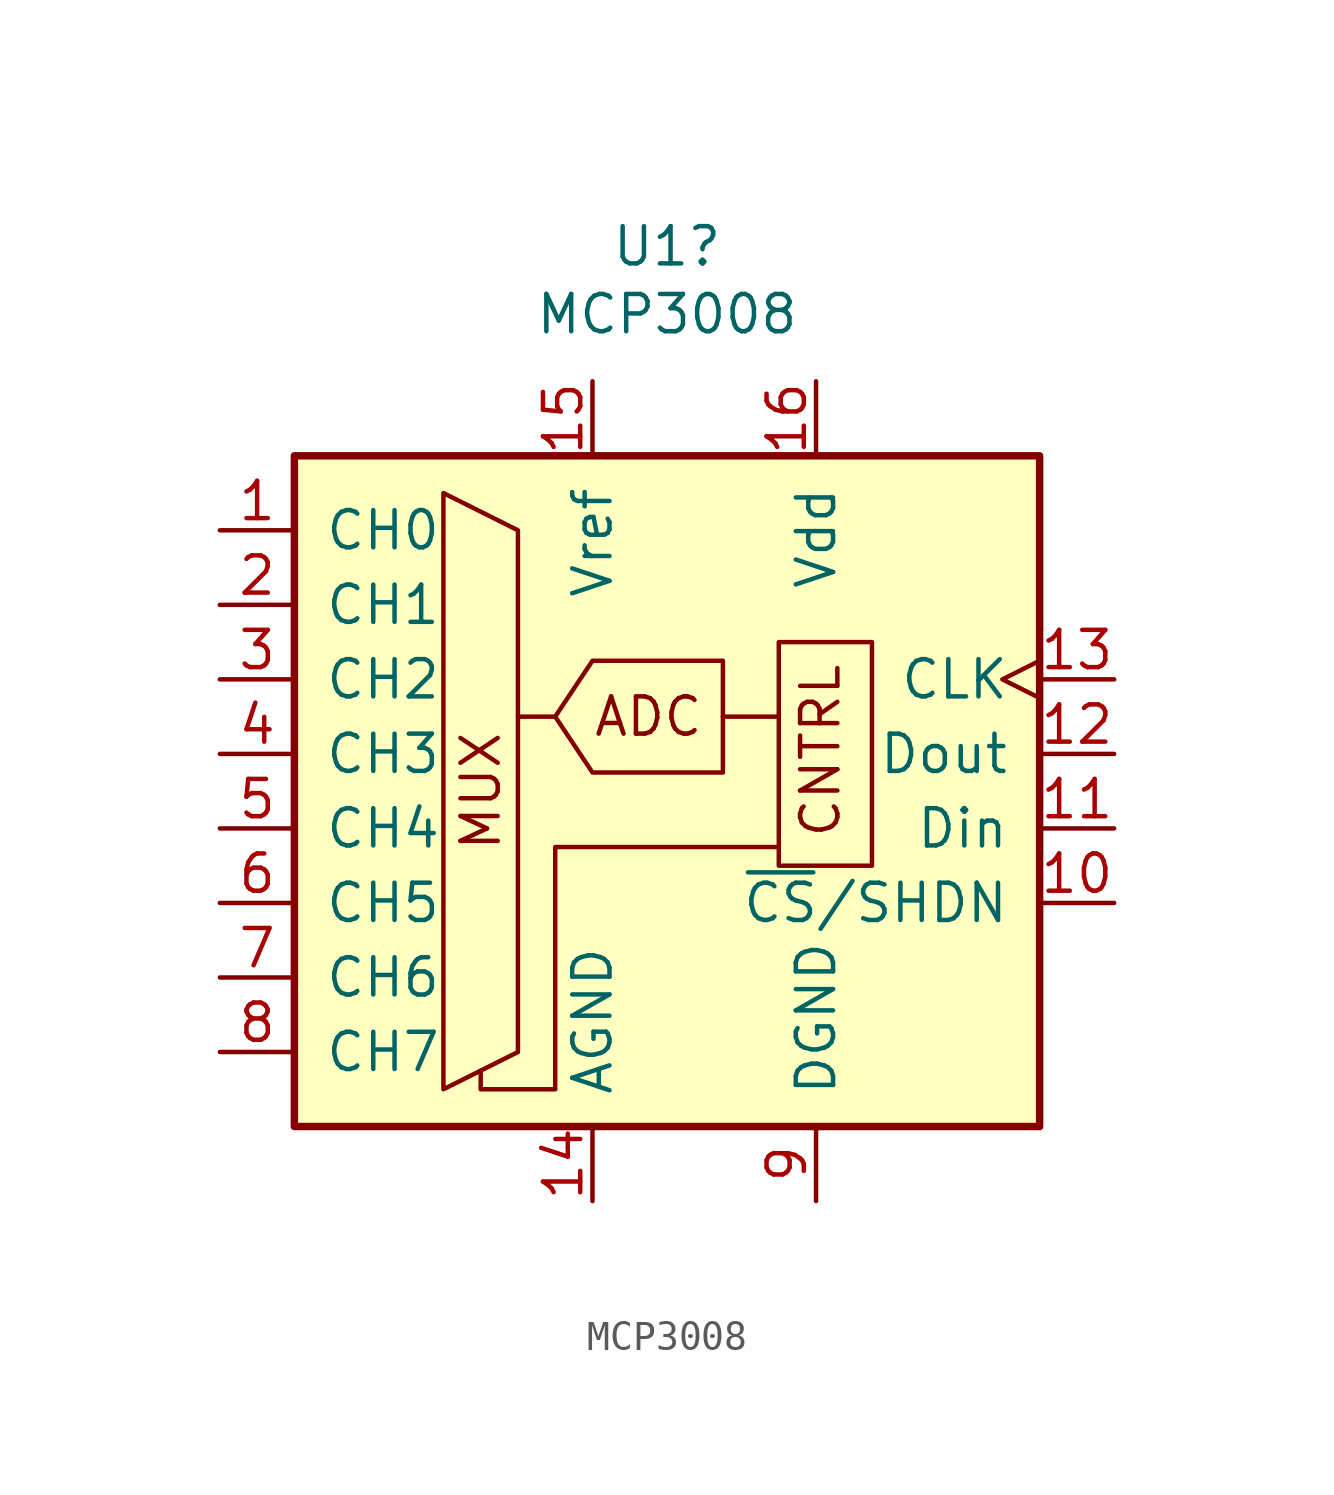
<source format=kicad_sym>
(kicad_symbol_lib
  (version 20220914)
  (generator kicad_symbol_editor)
  (symbol "MCP3008"
    (pin_names
      (offset 1.016))
    (property "Reference" "U1"
      (at 0 17.297 0)
      (effects (font (size 1.27 1.27))))
    (property "Value" "MCP3008"
      (at 0 14.986 0)
      (effects (font (size 1.27 1.27))))
    (symbol "MCP3008_0_0"
      (text "ADC" (at -0.635 1.27 0) (effects (font (size 1.27 1.27))))
      (text "CNTRL" (at 5.969 -2.921 900) (effects (font (size 1.27 1.27)) (justify left bottom)))
      (text "MUX" (at -6.35 -1.27 900) (effects (font (size 1.27 1.27)))))
    (symbol "MCP3008_0_1"
      (polyline (pts (xy -3.81 1.27) (xy -5.08 1.27)) (stroke (width 0) (type default)) (fill (type none)))
      (polyline (pts (xy 1.905 1.27) (xy 3.81 1.27)) (stroke (width 0) (type default)) (fill (type none)))
      (polyline (pts (xy -7.62 8.89) (xy -7.62 -11.43) (xy -5.08 -10.16) (xy -5.08 7.62) (xy -7.62 8.89)) (stroke (width 0) (type default)) (fill (type none)))
      (polyline (pts (xy 3.81 -3.175) (xy -3.81 -3.175) (xy -3.81 -11.43) (xy -6.35 -11.43) (xy -6.35 -10.795)) (stroke (width 0) (type default)) (fill (type none)))
      (polyline (pts (xy 1.905 3.175) (xy 1.905 -0.635) (xy -2.54 -0.635) (xy -3.81 1.27) (xy -2.54 3.175) (xy 1.905 3.175)) (stroke (width 0) (type default)) (fill (type none)))
      (rectangle (start 3.81 -3.81) (end 6.985 3.81) (stroke (width 0) (type default)) (fill (type none)))
      (rectangle (start 12.7 -12.7) (end -12.7 10.16) (stroke (width 0.254) (type default)) (fill (type background))))
    (symbol "MCP3008_1_1"
      (pin input line (at -15.24 7.62 0) (length 2.54) (name "CH0" (effects (font (size 1.27 1.27)))) (number "1" (effects (font (size 1.27 1.27)))))
      (pin input line (at 15.24 -5.08 180) (length 2.54) (name "~{CS}/SHDN" (effects (font (size 1.27 1.27)))) (number "10" (effects (font (size 1.27 1.27)))))
      (pin input line (at 15.24 -2.54 180) (length 2.54) (name "Din" (effects (font (size 1.27 1.27)))) (number "11" (effects (font (size 1.27 1.27)))))
      (pin bidirectional line (at 15.24 0 180) (length 2.54) (name "Dout" (effects (font (size 1.27 1.27)))) (number "12" (effects (font (size 1.27 1.27)))))
      (pin input clock (at 15.24 2.54 180) (length 2.54) (name "CLK" (effects (font (size 1.27 1.27)))) (number "13" (effects (font (size 1.27 1.27)))))
      (pin power_in line (at -2.54 -15.24 90) (length 2.54) (name "AGND" (effects (font (size 1.27 1.27)))) (number "14" (effects (font (size 1.27 1.27)))))
      (pin power_in line (at -2.54 12.7 270) (length 2.54) (name "Vref" (effects (font (size 1.27 1.27)))) (number "15" (effects (font (size 1.27 1.27)))))
      (pin power_in line (at 5.08 12.7 270) (length 2.54) (name "Vdd" (effects (font (size 1.27 1.27)))) (number "16" (effects (font (size 1.27 1.27)))))
      (pin input line (at -15.24 5.08 0) (length 2.54) (name "CH1" (effects (font (size 1.27 1.27)))) (number "2" (effects (font (size 1.27 1.27)))))
      (pin input line (at -15.24 2.54 0) (length 2.54) (name "CH2" (effects (font (size 1.27 1.27)))) (number "3" (effects (font (size 1.27 1.27)))))
      (pin input line (at -15.24 0 0) (length 2.54) (name "CH3" (effects (font (size 1.27 1.27)))) (number "4" (effects (font (size 1.27 1.27)))))
      (pin input line (at -15.24 -2.54 0) (length 2.54) (name "CH4" (effects (font (size 1.27 1.27)))) (number "5" (effects (font (size 1.27 1.27)))))
      (pin input line (at -15.24 -5.08 0) (length 2.54) (name "CH5" (effects (font (size 1.27 1.27)))) (number "6" (effects (font (size 1.27 1.27)))))
      (pin input line (at -15.24 -7.62 0) (length 2.54) (name "CH6" (effects (font (size 1.27 1.27)))) (number "7" (effects (font (size 1.27 1.27)))))
      (pin input line (at -15.24 -10.16 0) (length 2.54) (name "CH7" (effects (font (size 1.27 1.27)))) (number "8" (effects (font (size 1.27 1.27)))))
      (pin power_in line (at 5.08 -15.24 90) (length 2.54) (name "DGND" (effects (font (size 1.27 1.27)))) (number "9" (effects (font (size 1.27 1.27))))))))
</source>
